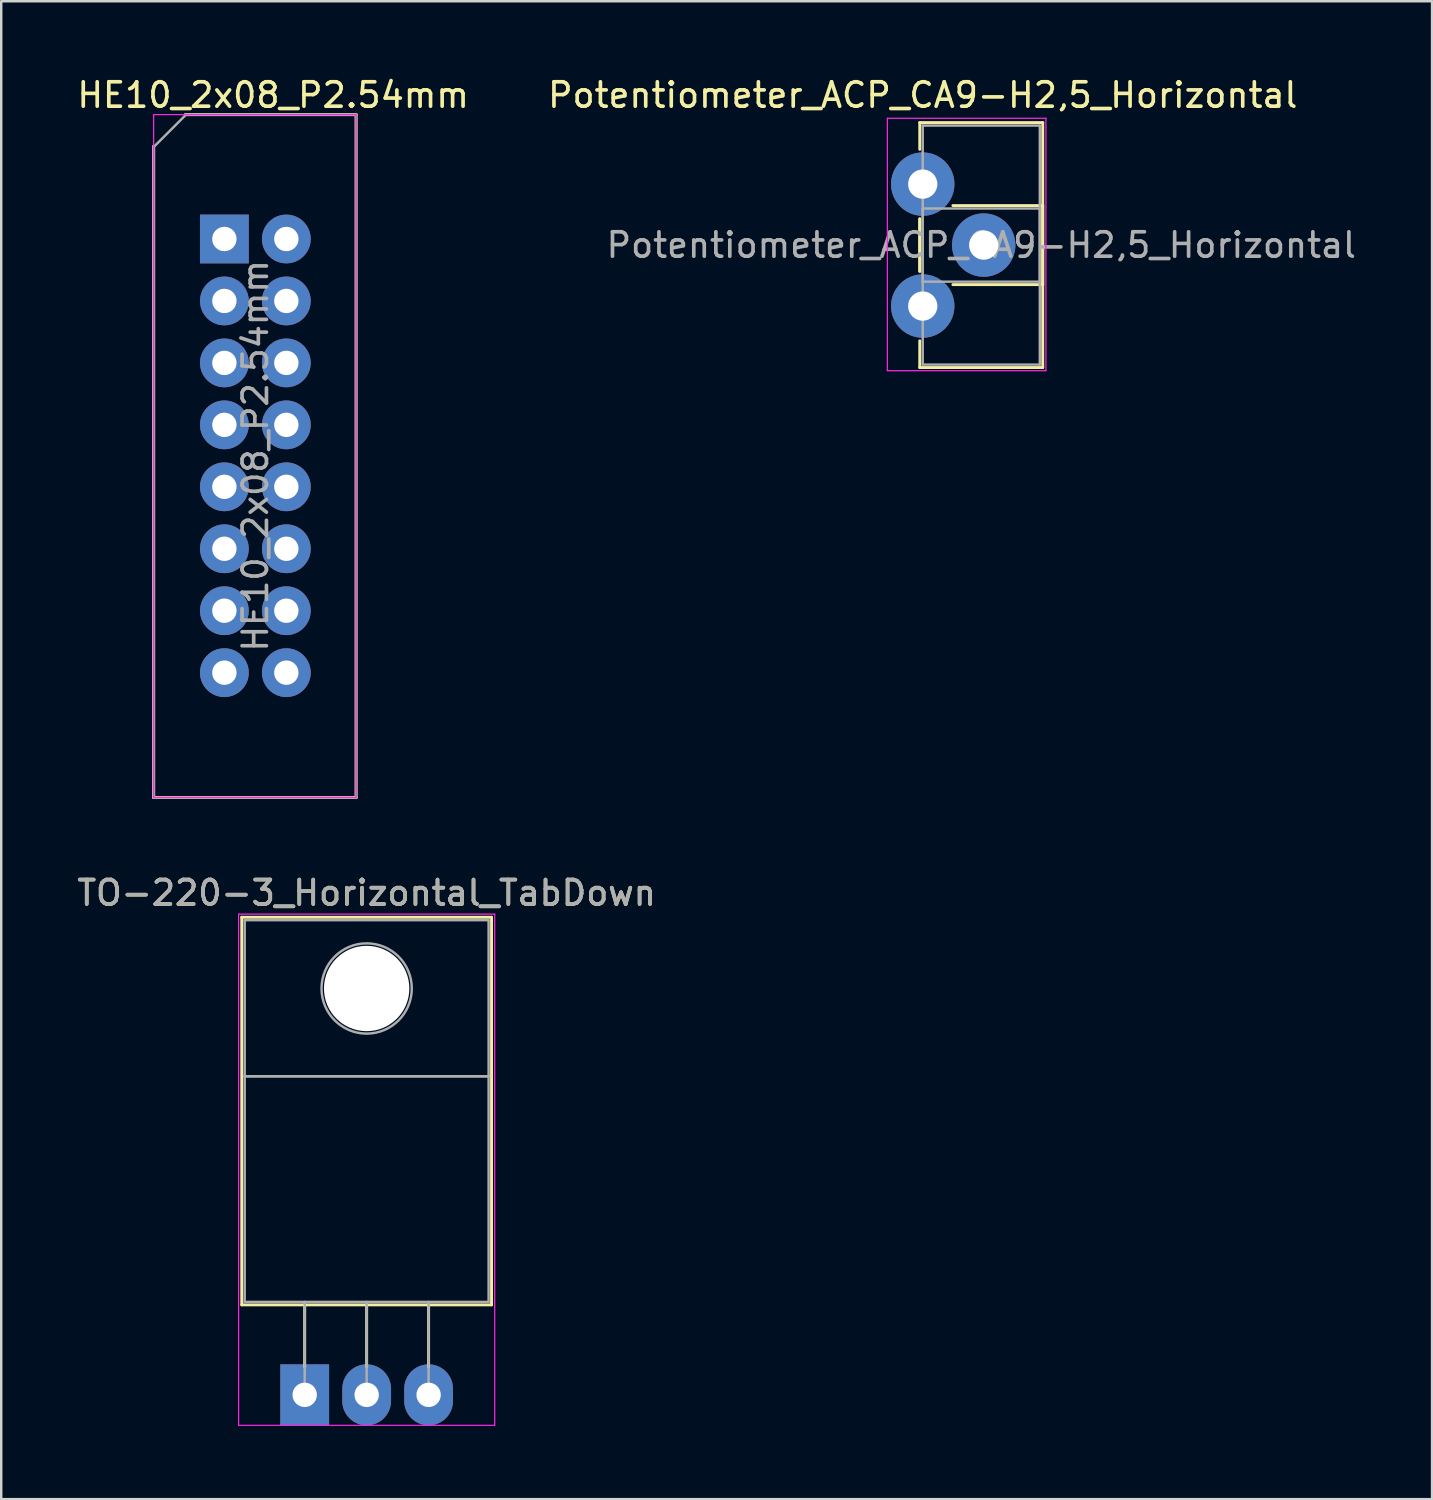
<source format=kicad_pcb>
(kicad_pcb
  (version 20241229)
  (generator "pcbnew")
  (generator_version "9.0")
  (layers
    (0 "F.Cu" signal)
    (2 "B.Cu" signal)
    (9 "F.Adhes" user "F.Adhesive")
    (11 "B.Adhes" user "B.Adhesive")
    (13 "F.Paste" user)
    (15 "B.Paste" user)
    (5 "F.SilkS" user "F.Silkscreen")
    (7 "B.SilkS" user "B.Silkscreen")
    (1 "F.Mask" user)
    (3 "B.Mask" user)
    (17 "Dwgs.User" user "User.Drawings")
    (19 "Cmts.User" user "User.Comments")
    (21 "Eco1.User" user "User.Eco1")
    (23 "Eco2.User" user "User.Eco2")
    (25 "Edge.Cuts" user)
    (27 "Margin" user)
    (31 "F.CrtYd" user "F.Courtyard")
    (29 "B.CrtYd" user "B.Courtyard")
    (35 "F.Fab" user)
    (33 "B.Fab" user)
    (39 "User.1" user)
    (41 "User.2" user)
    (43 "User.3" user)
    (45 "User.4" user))
  (footprint "HE10_2x08_P2.54mm"
    (layer "F.Cu")
    (at 6.149 6.748)
    (property "Reference" "HE10_2x08_P2.54mm" (at 2 -5.9 0) (layer "F.SilkS") (effects (font (size 1 1) (thickness 0.15))))
    (attr through_hole)
    (fp_line (start -2.9 -3.8) (end -2.9 22.9) (stroke (width 0.12) (type solid)) (layer "F.SilkS"))
    (fp_line (start -2.9 22.9) (end 5.4 22.9) (stroke (width 0.12) (type solid)) (layer "F.SilkS"))
    (fp_line (start -1.6 -5.1) (end 5.4 -5.1) (stroke (width 0.12) (type solid)) (layer "F.SilkS"))
    (fp_line (start 5.4 -5.1) (end 5.4 22.9) (stroke (width 0.12) (type solid)) (layer "F.SilkS"))
    (fp_line (start -2.9 -5.1) (end -2.9 22.9) (stroke (width 0.05) (type solid)) (layer "F.CrtYd"))
    (fp_line (start -2.9 22.9) (end 5.4 22.9) (stroke (width 0.05) (type solid)) (layer "F.CrtYd"))
    (fp_line (start 5.4 -5.1) (end -2.9 -5.1) (stroke (width 0.05) (type solid)) (layer "F.CrtYd"))
    (fp_line (start 5.4 22.9) (end 5.4 -5.1) (stroke (width 0.05) (type solid)) (layer "F.CrtYd"))
    (fp_line (start -2.9 -3.8) (end -2.9 22.9) (stroke (width 0.12) (type solid)) (layer "F.Fab"))
    (fp_line (start -2.87 -3.8) (end -1.6 -5.07) (stroke (width 0.1) (type solid)) (layer "F.Fab"))
    (fp_line (start -1.6 -5.1) (end 5.4 -5.1) (stroke (width 0.12) (type solid)) (layer "F.Fab"))
    (fp_line (start 5.4 -5.1) (end 5.4 22.9) (stroke (width 0.1) (type solid)) (layer "F.Fab"))
    (fp_line (start 5.4 22.9) (end -2.9 22.9) (stroke (width 0.1) (type solid)) (layer "F.Fab"))
    (fp_text user "${REFERENCE}" (at 1.27 8.89 90) (layer "F.Fab") (effects (font (size 1 1) (thickness 0.15))))
    (pad "1" thru_hole rect (at 0 0) (size 2 2) (drill 1) (layers "*.Cu" "*.Mask"))
    (pad "2" thru_hole oval (at 2.54 0) (size 2 2) (drill 1) (layers "*.Cu" "*.Mask"))
    (pad "3" thru_hole oval (at 0 2.54) (size 2 2) (drill 1) (layers "*.Cu" "*.Mask"))
    (pad "4" thru_hole oval (at 2.54 2.54) (size 2 2) (drill 1) (layers "*.Cu" "*.Mask"))
    (pad "5" thru_hole oval (at 0 5.08) (size 2 2) (drill 1) (layers "*.Cu" "*.Mask"))
    (pad "6" thru_hole oval (at 2.54 5.08) (size 2 2) (drill 1) (layers "*.Cu" "*.Mask"))
    (pad "7" thru_hole oval (at 0 7.62) (size 2 2) (drill 1) (layers "*.Cu" "*.Mask"))
    (pad "8" thru_hole oval (at 2.54 7.62) (size 2 2) (drill 1) (layers "*.Cu" "*.Mask"))
    (pad "9" thru_hole oval (at 0 10.16) (size 2 2) (drill 1) (layers "*.Cu" "*.Mask"))
    (pad "10" thru_hole oval (at 2.54 10.16) (size 2 2) (drill 1) (layers "*.Cu" "*.Mask"))
    (pad "11" thru_hole oval (at 0 12.7) (size 2 2) (drill 1) (layers "*.Cu" "*.Mask"))
    (pad "12" thru_hole oval (at 2.54 12.7) (size 2 2) (drill 1) (layers "*.Cu" "*.Mask"))
    (pad "13" thru_hole oval (at 0 15.24) (size 2 2) (drill 1) (layers "*.Cu" "*.Mask"))
    (pad "14" thru_hole oval (at 2.54 15.24) (size 2 2) (drill 1) (layers "*.Cu" "*.Mask"))
    (pad "15" thru_hole oval (at 0 17.78) (size 2 2) (drill 1) (layers "*.Cu" "*.Mask"))
    (pad "16" thru_hole oval (at 2.54 17.78) (size 2 2) (drill 1) (layers "*.Cu" "*.Mask")))
  (footprint "Potentiometer_ACP_CA9-H2,5_Horizontal"
    (layer "F.Cu")
    (at 34.78 4.498)
    (property "Reference" "Potentiometer_ACP_CA9-H2,5_Horizontal" (at 0 -3.65 0) (layer "F.SilkS") (effects (font (size 1 1) (thickness 0.15))))
    (attr through_hole)
    (fp_line (start -0.121 -2.521) (end -0.121 -1.426) (stroke (width 0.12) (type solid)) (layer "F.SilkS"))
    (fp_line (start -0.121 -2.521) (end 4.92 -2.521) (stroke (width 0.12) (type solid)) (layer "F.SilkS"))
    (fp_line (start -0.121 1.426) (end -0.121 3.575) (stroke (width 0.12) (type solid)) (layer "F.SilkS"))
    (fp_line (start -0.121 1.426) (end -0.121 3.575) (stroke (width 0.12) (type solid)) (layer "F.SilkS"))
    (fp_line (start -0.121 6.425) (end -0.121 7.52) (stroke (width 0.12) (type solid)) (layer "F.SilkS"))
    (fp_line (start -0.121 7.52) (end 4.92 7.52) (stroke (width 0.12) (type solid)) (layer "F.SilkS"))
    (fp_line (start 1.237 0.88) (end 4.92 0.88) (stroke (width 0.12) (type solid)) (layer "F.SilkS"))
    (fp_line (start 1.237 4.12) (end 4.92 4.12) (stroke (width 0.12) (type solid)) (layer "F.SilkS"))
    (fp_line (start 4.92 -2.521) (end 4.92 7.52) (stroke (width 0.12) (type solid)) (layer "F.SilkS"))
    (fp_line (start 4.92 0.88) (end 4.92 4.12) (stroke (width 0.12) (type solid)) (layer "F.SilkS"))
    (fp_line (start -1.45 -2.7) (end -1.45 7.65) (stroke (width 0.05) (type solid)) (layer "F.CrtYd"))
    (fp_line (start -1.45 7.65) (end 5.05 7.65) (stroke (width 0.05) (type solid)) (layer "F.CrtYd"))
    (fp_line (start 5.05 -2.7) (end -1.45 -2.7) (stroke (width 0.05) (type solid)) (layer "F.CrtYd"))
    (fp_line (start 5.05 7.65) (end 5.05 -2.7) (stroke (width 0.05) (type solid)) (layer "F.CrtYd"))
    (fp_line (start 0 -2.4) (end 4.8 -2.4) (stroke (width 0.1) (type solid)) (layer "F.Fab"))
    (fp_line (start 0 1) (end 0 4) (stroke (width 0.1) (type solid)) (layer "F.Fab"))
    (fp_line (start 0 4) (end 4.8 4) (stroke (width 0.1) (type solid)) (layer "F.Fab"))
    (fp_line (start 0 7.4) (end 0 -2.4) (stroke (width 0.1) (type solid)) (layer "F.Fab"))
    (fp_line (start 4.8 -2.4) (end 4.8 7.4) (stroke (width 0.1) (type solid)) (layer "F.Fab"))
    (fp_line (start 4.8 1) (end 0 1) (stroke (width 0.1) (type solid)) (layer "F.Fab"))
    (fp_line (start 4.8 4) (end 4.8 1) (stroke (width 0.1) (type solid)) (layer "F.Fab"))
    (fp_line (start 4.8 7.4) (end 0 7.4) (stroke (width 0.1) (type solid)) (layer "F.Fab"))
    (fp_text user "${REFERENCE}" (at 2.4 2.5 0) (layer "F.Fab") (effects (font (size 1 1) (thickness 0.15))))
    (pad "1" thru_hole circle (at 0 0) (size 2.6 2.6) (drill 1.2) (layers "*.Cu" "*.Mask"))
    (pad "2" thru_hole circle (at 2.5 2.5) (size 2.6 2.6) (drill 1.2) (layers "*.Cu" "*.Mask"))
    (pad "3" thru_hole circle (at 0 5) (size 2.6 2.6) (drill 1.2) (layers "*.Cu" "*.Mask")))
  (footprint "TO-220-3_Horizontal_TabDown"
    (layer "F.Cu")
    (at 9.442 54.136)
    (property "Reference" "TO-220-3_Horizontal_TabDown" (at 2.54 -20.58 0) (layer "F.SilkS") (effects (font (size 1 1) (thickness 0.15))))
    (attr through_hole)
    (fp_line (start -2.58 -19.58) (end -2.58 -3.69) (stroke (width 0.12) (type solid)) (layer "F.SilkS"))
    (fp_line (start -2.58 -19.58) (end 7.66 -19.58) (stroke (width 0.12) (type solid)) (layer "F.SilkS"))
    (fp_line (start -2.58 -3.69) (end 7.66 -3.69) (stroke (width 0.12) (type solid)) (layer "F.SilkS"))
    (fp_line (start 0 -3.69) (end 0 -1.15) (stroke (width 0.12) (type solid)) (layer "F.SilkS"))
    (fp_line (start 2.54 -3.69) (end 2.54 -1.15) (stroke (width 0.12) (type solid)) (layer "F.SilkS"))
    (fp_line (start 5.08 -3.69) (end 5.08 -1.15) (stroke (width 0.12) (type solid)) (layer "F.SilkS"))
    (fp_line (start 7.66 -19.58) (end 7.66 -3.69) (stroke (width 0.12) (type solid)) (layer "F.SilkS"))
    (fp_line (start -2.71 -19.71) (end -2.71 1.25) (stroke (width 0.05) (type solid)) (layer "F.CrtYd"))
    (fp_line (start -2.71 1.25) (end 7.79 1.25) (stroke (width 0.05) (type solid)) (layer "F.CrtYd"))
    (fp_line (start 7.79 -19.71) (end -2.71 -19.71) (stroke (width 0.05) (type solid)) (layer "F.CrtYd"))
    (fp_line (start 7.79 1.25) (end 7.79 -19.71) (stroke (width 0.05) (type solid)) (layer "F.CrtYd"))
    (fp_line (start -2.46 -19.46) (end 7.54 -19.46) (stroke (width 0.1) (type solid)) (layer "F.Fab"))
    (fp_line (start -2.46 -13.06) (end -2.46 -19.46) (stroke (width 0.1) (type solid)) (layer "F.Fab"))
    (fp_line (start -2.46 -13.06) (end 7.54 -13.06) (stroke (width 0.1) (type solid)) (layer "F.Fab"))
    (fp_line (start -2.46 -3.81) (end -2.46 -13.06) (stroke (width 0.1) (type solid)) (layer "F.Fab"))
    (fp_line (start 0 -3.81) (end 0 0) (stroke (width 0.1) (type solid)) (layer "F.Fab"))
    (fp_line (start 2.54 -3.81) (end 2.54 0) (stroke (width 0.1) (type solid)) (layer "F.Fab"))
    (fp_line (start 5.08 -3.81) (end 5.08 0) (stroke (width 0.1) (type solid)) (layer "F.Fab"))
    (fp_line (start 7.54 -19.46) (end 7.54 -13.06) (stroke (width 0.1) (type solid)) (layer "F.Fab"))
    (fp_line (start 7.54 -13.06) (end -2.46 -13.06) (stroke (width 0.1) (type solid)) (layer "F.Fab"))
    (fp_line (start 7.54 -13.06) (end 7.54 -3.81) (stroke (width 0.1) (type solid)) (layer "F.Fab"))
    (fp_line (start 7.54 -3.81) (end -2.46 -3.81) (stroke (width 0.1) (type solid)) (layer "F.Fab"))
    (fp_circle (center 2.54 -16.66) (end 4.39 -16.66) (stroke (width 0.1) (type solid)) (fill no) (layer "F.Fab"))
    (fp_text user "${REFERENCE}" (at 2.54 -20.58 0) (layer "F.Fab") (effects (font (size 1 1) (thickness 0.15))))
    (pad "" np_thru_hole oval (at 2.54 -16.66) (size 3.5 3.5) (drill 3.5) (layers "*.Cu" "*.Mask"))
    (pad "1" thru_hole rect (at 0 0) (size 2 2.5) (drill 1) (layers "*.Cu" "*.Mask"))
    (pad "2" thru_hole oval (at 2.54 0) (size 2 2.5) (drill 1) (layers "*.Cu" "*.Mask"))
    (pad "3" thru_hole oval (at 5.08 0) (size 2 2.5) (drill 1) (layers "*.Cu" "*.Mask")))
  (gr_rect
    (start -3 -3)
    (end 55.662 58.411)
    (stroke (width 0.1) (type default))
    (fill no)
    (layer "Edge.Cuts")))
</source>
